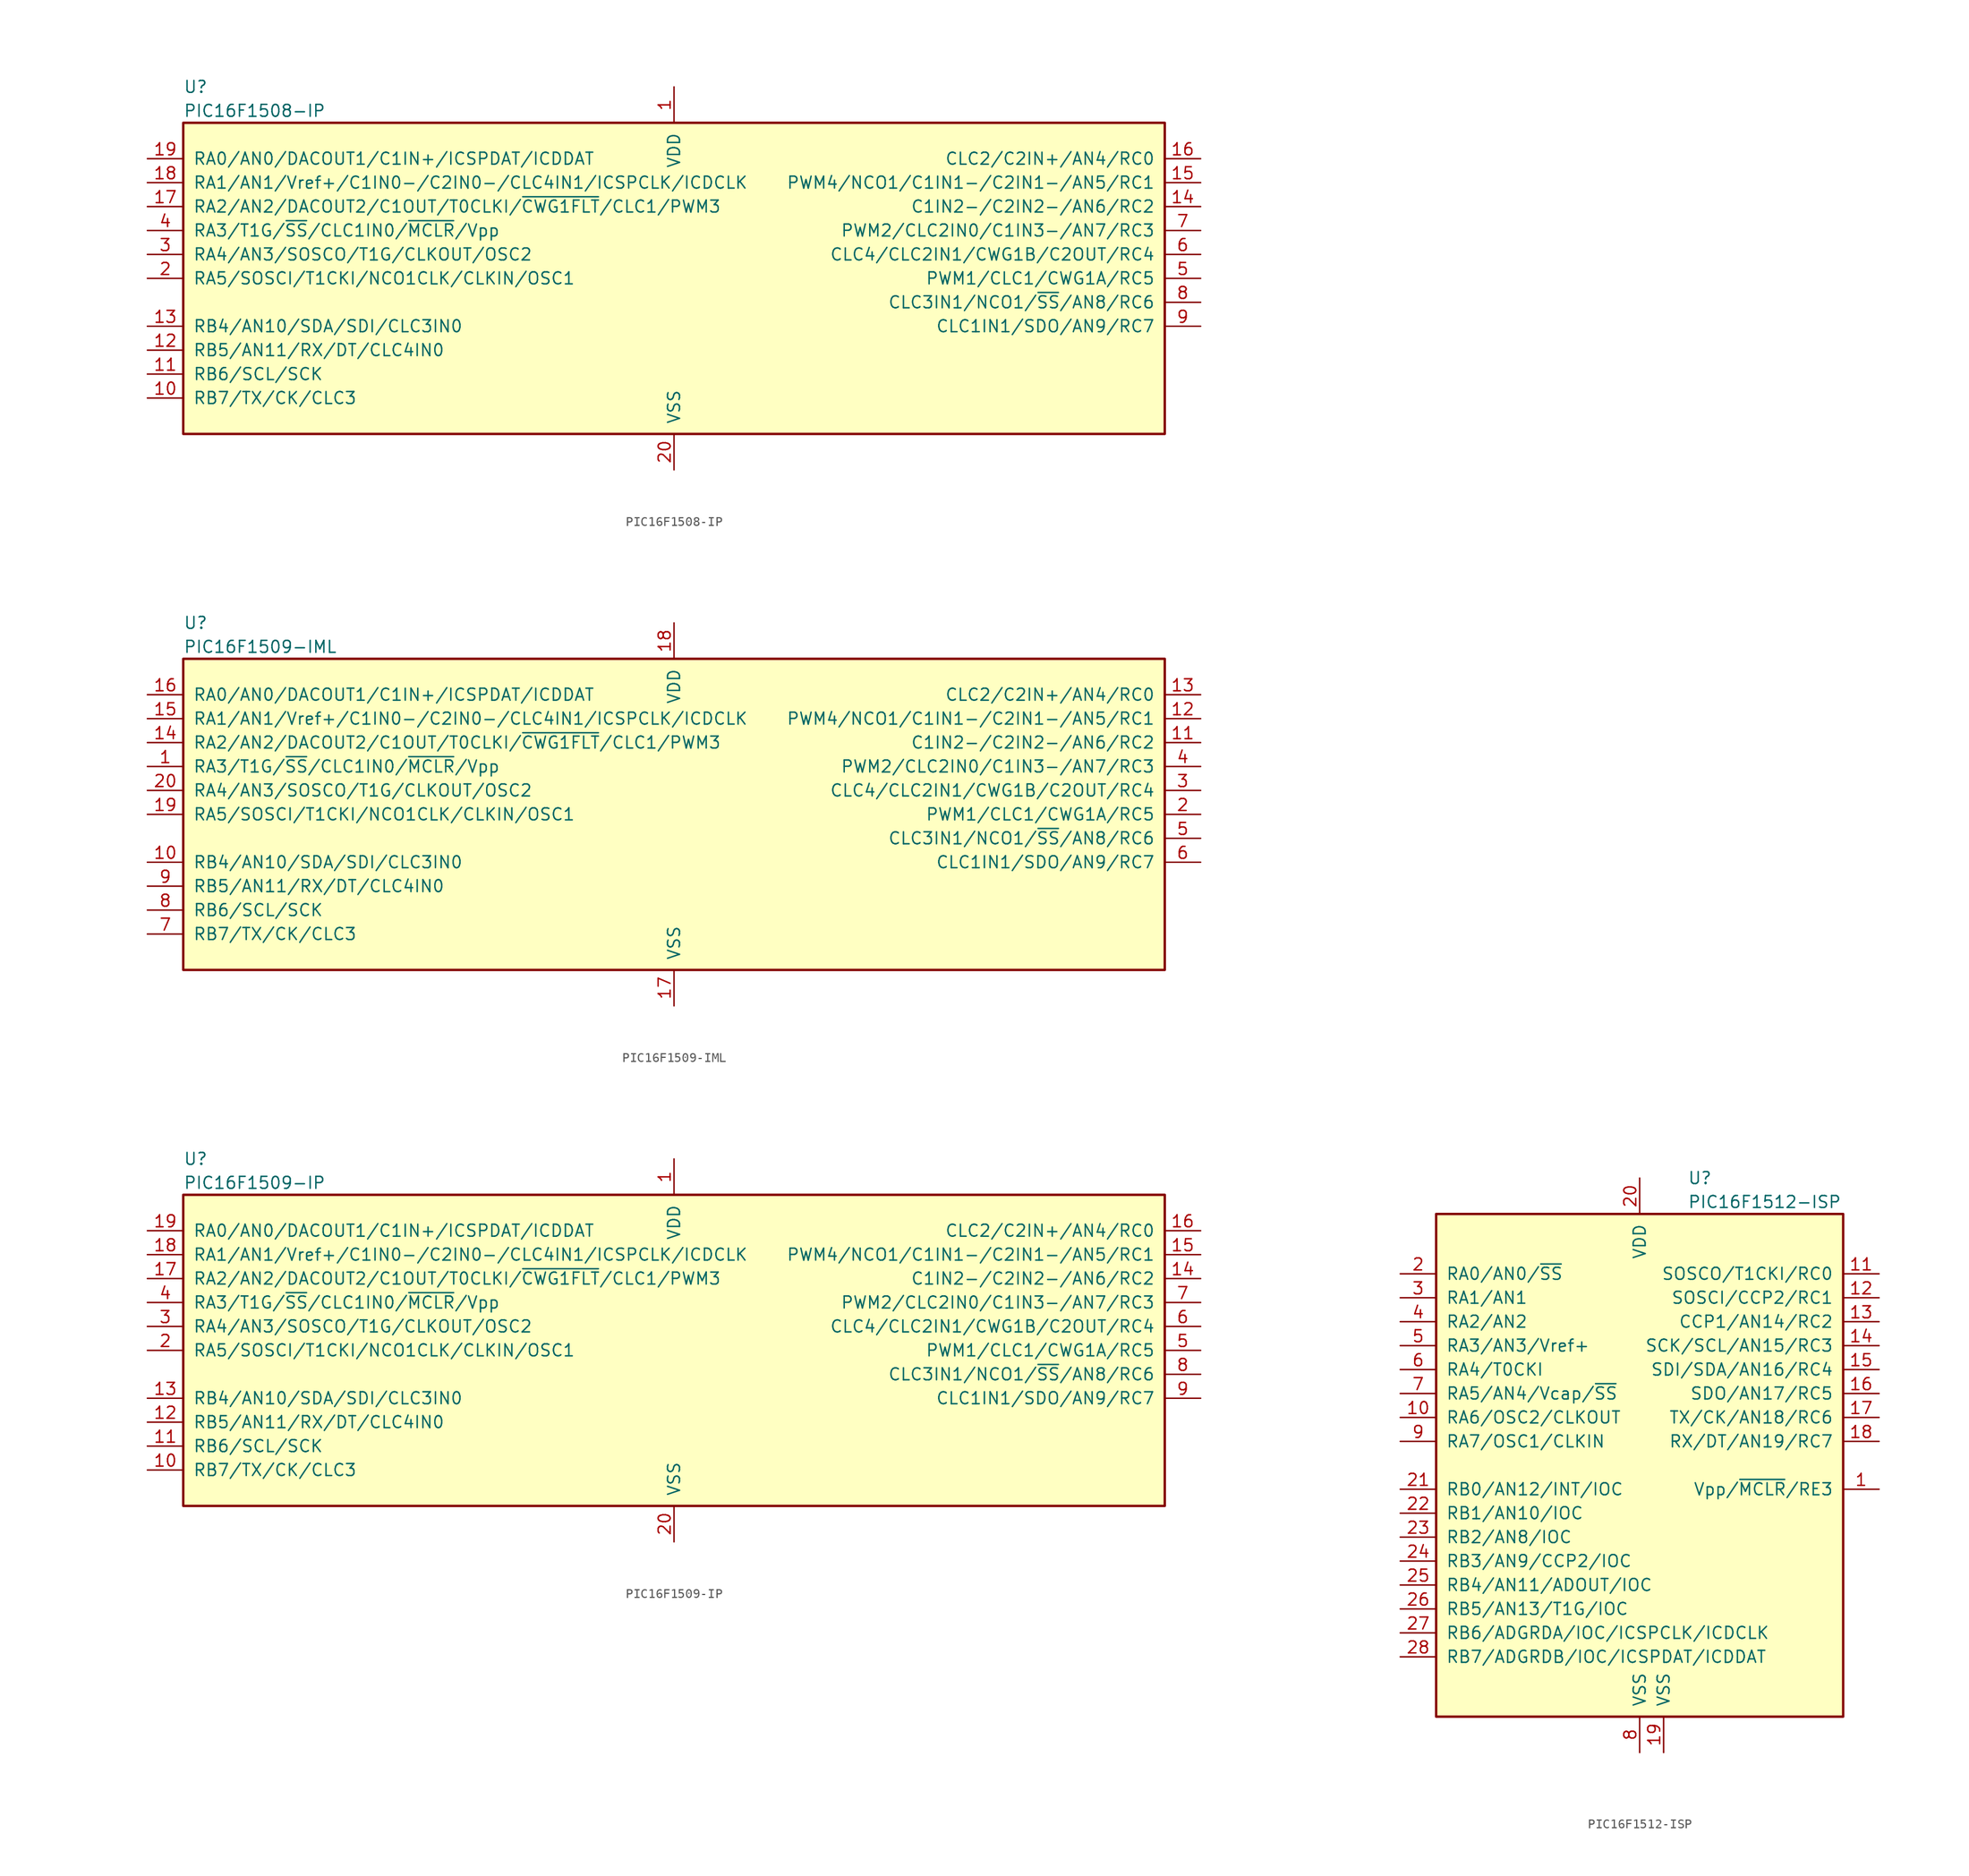
<source format=kicad_sym>
(kicad_symbol_lib
  (version 20211014)
  (generator kicad_symbol_editor)
  (symbol "PIC16F1508-IP"
    (pin_names
      (offset 1.016))
    (property "Reference" "U"
      (at -52.07 20.32 0)
      (effects (font (size 1.27 1.27)) (justify left)))
    (property "Value" "PIC16F1508-IP"
      (at -52.07 17.78 0)
      (effects (font (size 1.27 1.27)) (justify left)))
    (symbol "PIC16F1508-IP_0_1"
      (rectangle (start -52.07 16.51) (end 52.07 -16.51) (stroke (width 0.254) (type default) (color 0 0 0 0)) (fill (type background))))
    (symbol "PIC16F1508-IP_1_1"
      (pin power_in line (at 0 20.32 270) (length 3.81) (name "VDD" (effects (font (size 1.27 1.27)))) (number "1" (effects (font (size 1.27 1.27)))))
      (pin bidirectional line (at -55.88 -12.7 0) (length 3.81) (name "RB7/TX/CK/CLC3" (effects (font (size 1.27 1.27)))) (number "10" (effects (font (size 1.27 1.27)))))
      (pin bidirectional line (at -55.88 -10.16 0) (length 3.81) (name "RB6/SCL/SCK" (effects (font (size 1.27 1.27)))) (number "11" (effects (font (size 1.27 1.27)))))
      (pin bidirectional line (at -55.88 -7.62 0) (length 3.81) (name "RB5/AN11/RX/DT/CLC4IN0" (effects (font (size 1.27 1.27)))) (number "12" (effects (font (size 1.27 1.27)))))
      (pin bidirectional line (at -55.88 -5.08 0) (length 3.81) (name "RB4/AN10/SDA/SDI/CLC3IN0" (effects (font (size 1.27 1.27)))) (number "13" (effects (font (size 1.27 1.27)))))
      (pin bidirectional line (at 55.88 7.62 180) (length 3.81) (name "C1IN2-/C2IN2-/AN6/RC2" (effects (font (size 1.27 1.27)))) (number "14" (effects (font (size 1.27 1.27)))))
      (pin bidirectional line (at 55.88 10.16 180) (length 3.81) (name "PWM4/NCO1/C1IN1-/C2IN1-/AN5/RC1" (effects (font (size 1.27 1.27)))) (number "15" (effects (font (size 1.27 1.27)))))
      (pin bidirectional line (at 55.88 12.7 180) (length 3.81) (name "CLC2/C2IN+/AN4/RC0" (effects (font (size 1.27 1.27)))) (number "16" (effects (font (size 1.27 1.27)))))
      (pin bidirectional line (at -55.88 7.62 0) (length 3.81) (name "RA2/AN2/DACOUT2/C1OUT/T0CLKI/~{CWG1FLT}/CLC1/PWM3" (effects (font (size 1.27 1.27)))) (number "17" (effects (font (size 1.27 1.27)))))
      (pin bidirectional line (at -55.88 10.16 0) (length 3.81) (name "RA1/AN1/Vref+/C1IN0-/C2IN0-/CLC4IN1/ICSPCLK/ICDCLK" (effects (font (size 1.27 1.27)))) (number "18" (effects (font (size 1.27 1.27)))))
      (pin bidirectional line (at -55.88 12.7 0) (length 3.81) (name "RA0/AN0/DACOUT1/C1IN+/ICSPDAT/ICDDAT" (effects (font (size 1.27 1.27)))) (number "19" (effects (font (size 1.27 1.27)))))
      (pin bidirectional line (at -55.88 0 0) (length 3.81) (name "RA5/SOSCI/T1CKI/NCO1CLK/CLKIN/OSC1" (effects (font (size 1.27 1.27)))) (number "2" (effects (font (size 1.27 1.27)))))
      (pin power_in line (at 0 -20.32 90) (length 3.81) (name "VSS" (effects (font (size 1.27 1.27)))) (number "20" (effects (font (size 1.27 1.27)))))
      (pin bidirectional line (at -55.88 2.54 0) (length 3.81) (name "RA4/AN3/SOSCO/T1G/CLKOUT/OSC2" (effects (font (size 1.27 1.27)))) (number "3" (effects (font (size 1.27 1.27)))))
      (pin input line (at -55.88 5.08 0) (length 3.81) (name "RA3/T1G/~{SS}/CLC1IN0/~{MCLR}/Vpp" (effects (font (size 1.27 1.27)))) (number "4" (effects (font (size 1.27 1.27)))))
      (pin bidirectional line (at 55.88 0 180) (length 3.81) (name "PWM1/CLC1/CWG1A/RC5" (effects (font (size 1.27 1.27)))) (number "5" (effects (font (size 1.27 1.27)))))
      (pin bidirectional line (at 55.88 2.54 180) (length 3.81) (name "CLC4/CLC2IN1/CWG1B/C2OUT/RC4" (effects (font (size 1.27 1.27)))) (number "6" (effects (font (size 1.27 1.27)))))
      (pin bidirectional line (at 55.88 5.08 180) (length 3.81) (name "PWM2/CLC2IN0/C1IN3-/AN7/RC3" (effects (font (size 1.27 1.27)))) (number "7" (effects (font (size 1.27 1.27)))))
      (pin bidirectional line (at 55.88 -2.54 180) (length 3.81) (name "CLC3IN1/NCO1/~{SS}/AN8/RC6" (effects (font (size 1.27 1.27)))) (number "8" (effects (font (size 1.27 1.27)))))
      (pin bidirectional line (at 55.88 -5.08 180) (length 3.81) (name "CLC1IN1/SDO/AN9/RC7" (effects (font (size 1.27 1.27)))) (number "9" (effects (font (size 1.27 1.27)))))))
  (symbol "PIC16F1509-IML"
    (pin_names
      (offset 1.016))
    (property "Reference" "U"
      (at -52.07 20.32 0)
      (effects (font (size 1.27 1.27)) (justify left)))
    (property "Value" "PIC16F1509-IML"
      (at -52.07 17.78 0)
      (effects (font (size 1.27 1.27)) (justify left)))
    (symbol "PIC16F1509-IML_0_1"
      (rectangle (start -52.07 16.51) (end 52.07 -16.51) (stroke (width 0.254) (type default) (color 0 0 0 0)) (fill (type background))))
    (symbol "PIC16F1509-IML_1_1"
      (pin input line (at -55.88 5.08 0) (length 3.81) (name "RA3/T1G/~{SS}/CLC1IN0/~{MCLR}/Vpp" (effects (font (size 1.27 1.27)))) (number "1" (effects (font (size 1.27 1.27)))))
      (pin bidirectional line (at -55.88 -5.08 0) (length 3.81) (name "RB4/AN10/SDA/SDI/CLC3IN0" (effects (font (size 1.27 1.27)))) (number "10" (effects (font (size 1.27 1.27)))))
      (pin bidirectional line (at 55.88 7.62 180) (length 3.81) (name "C1IN2-/C2IN2-/AN6/RC2" (effects (font (size 1.27 1.27)))) (number "11" (effects (font (size 1.27 1.27)))))
      (pin bidirectional line (at 55.88 10.16 180) (length 3.81) (name "PWM4/NCO1/C1IN1-/C2IN1-/AN5/RC1" (effects (font (size 1.27 1.27)))) (number "12" (effects (font (size 1.27 1.27)))))
      (pin bidirectional line (at 55.88 12.7 180) (length 3.81) (name "CLC2/C2IN+/AN4/RC0" (effects (font (size 1.27 1.27)))) (number "13" (effects (font (size 1.27 1.27)))))
      (pin bidirectional line (at -55.88 7.62 0) (length 3.81) (name "RA2/AN2/DACOUT2/C1OUT/T0CLKI/~{CWG1FLT}/CLC1/PWM3" (effects (font (size 1.27 1.27)))) (number "14" (effects (font (size 1.27 1.27)))))
      (pin bidirectional line (at -55.88 10.16 0) (length 3.81) (name "RA1/AN1/Vref+/C1IN0-/C2IN0-/CLC4IN1/ICSPCLK/ICDCLK" (effects (font (size 1.27 1.27)))) (number "15" (effects (font (size 1.27 1.27)))))
      (pin bidirectional line (at -55.88 12.7 0) (length 3.81) (name "RA0/AN0/DACOUT1/C1IN+/ICSPDAT/ICDDAT" (effects (font (size 1.27 1.27)))) (number "16" (effects (font (size 1.27 1.27)))))
      (pin power_in line (at 0 -20.32 90) (length 3.81) (name "VSS" (effects (font (size 1.27 1.27)))) (number "17" (effects (font (size 1.27 1.27)))))
      (pin power_in line (at 0 20.32 270) (length 3.81) (name "VDD" (effects (font (size 1.27 1.27)))) (number "18" (effects (font (size 1.27 1.27)))))
      (pin bidirectional line (at -55.88 0 0) (length 3.81) (name "RA5/SOSCI/T1CKI/NCO1CLK/CLKIN/OSC1" (effects (font (size 1.27 1.27)))) (number "19" (effects (font (size 1.27 1.27)))))
      (pin bidirectional line (at 55.88 0 180) (length 3.81) (name "PWM1/CLC1/CWG1A/RC5" (effects (font (size 1.27 1.27)))) (number "2" (effects (font (size 1.27 1.27)))))
      (pin bidirectional line (at -55.88 2.54 0) (length 3.81) (name "RA4/AN3/SOSCO/T1G/CLKOUT/OSC2" (effects (font (size 1.27 1.27)))) (number "20" (effects (font (size 1.27 1.27)))))
      (pin bidirectional line (at 55.88 2.54 180) (length 3.81) (name "CLC4/CLC2IN1/CWG1B/C2OUT/RC4" (effects (font (size 1.27 1.27)))) (number "3" (effects (font (size 1.27 1.27)))))
      (pin bidirectional line (at 55.88 5.08 180) (length 3.81) (name "PWM2/CLC2IN0/C1IN3-/AN7/RC3" (effects (font (size 1.27 1.27)))) (number "4" (effects (font (size 1.27 1.27)))))
      (pin bidirectional line (at 55.88 -2.54 180) (length 3.81) (name "CLC3IN1/NCO1/~{SS}/AN8/RC6" (effects (font (size 1.27 1.27)))) (number "5" (effects (font (size 1.27 1.27)))))
      (pin bidirectional line (at 55.88 -5.08 180) (length 3.81) (name "CLC1IN1/SDO/AN9/RC7" (effects (font (size 1.27 1.27)))) (number "6" (effects (font (size 1.27 1.27)))))
      (pin bidirectional line (at -55.88 -12.7 0) (length 3.81) (name "RB7/TX/CK/CLC3" (effects (font (size 1.27 1.27)))) (number "7" (effects (font (size 1.27 1.27)))))
      (pin bidirectional line (at -55.88 -10.16 0) (length 3.81) (name "RB6/SCL/SCK" (effects (font (size 1.27 1.27)))) (number "8" (effects (font (size 1.27 1.27)))))
      (pin bidirectional line (at -55.88 -7.62 0) (length 3.81) (name "RB5/AN11/RX/DT/CLC4IN0" (effects (font (size 1.27 1.27)))) (number "9" (effects (font (size 1.27 1.27)))))))
  (symbol "PIC16F1509-IP"
    (pin_names
      (offset 1.016))
    (property "Reference" "U"
      (at -52.07 20.32 0)
      (effects (font (size 1.27 1.27)) (justify left)))
    (property "Value" "PIC16F1509-IP"
      (at -52.07 17.78 0)
      (effects (font (size 1.27 1.27)) (justify left)))
    (symbol "PIC16F1509-IP_0_1"
      (rectangle (start -52.07 16.51) (end 52.07 -16.51) (stroke (width 0.254) (type default) (color 0 0 0 0)) (fill (type background))))
    (symbol "PIC16F1509-IP_1_1"
      (pin power_in line (at 0 20.32 270) (length 3.81) (name "VDD" (effects (font (size 1.27 1.27)))) (number "1" (effects (font (size 1.27 1.27)))))
      (pin bidirectional line (at -55.88 -12.7 0) (length 3.81) (name "RB7/TX/CK/CLC3" (effects (font (size 1.27 1.27)))) (number "10" (effects (font (size 1.27 1.27)))))
      (pin bidirectional line (at -55.88 -10.16 0) (length 3.81) (name "RB6/SCL/SCK" (effects (font (size 1.27 1.27)))) (number "11" (effects (font (size 1.27 1.27)))))
      (pin bidirectional line (at -55.88 -7.62 0) (length 3.81) (name "RB5/AN11/RX/DT/CLC4IN0" (effects (font (size 1.27 1.27)))) (number "12" (effects (font (size 1.27 1.27)))))
      (pin bidirectional line (at -55.88 -5.08 0) (length 3.81) (name "RB4/AN10/SDA/SDI/CLC3IN0" (effects (font (size 1.27 1.27)))) (number "13" (effects (font (size 1.27 1.27)))))
      (pin bidirectional line (at 55.88 7.62 180) (length 3.81) (name "C1IN2-/C2IN2-/AN6/RC2" (effects (font (size 1.27 1.27)))) (number "14" (effects (font (size 1.27 1.27)))))
      (pin bidirectional line (at 55.88 10.16 180) (length 3.81) (name "PWM4/NCO1/C1IN1-/C2IN1-/AN5/RC1" (effects (font (size 1.27 1.27)))) (number "15" (effects (font (size 1.27 1.27)))))
      (pin bidirectional line (at 55.88 12.7 180) (length 3.81) (name "CLC2/C2IN+/AN4/RC0" (effects (font (size 1.27 1.27)))) (number "16" (effects (font (size 1.27 1.27)))))
      (pin bidirectional line (at -55.88 7.62 0) (length 3.81) (name "RA2/AN2/DACOUT2/C1OUT/T0CLKI/~{CWG1FLT}/CLC1/PWM3" (effects (font (size 1.27 1.27)))) (number "17" (effects (font (size 1.27 1.27)))))
      (pin bidirectional line (at -55.88 10.16 0) (length 3.81) (name "RA1/AN1/Vref+/C1IN0-/C2IN0-/CLC4IN1/ICSPCLK/ICDCLK" (effects (font (size 1.27 1.27)))) (number "18" (effects (font (size 1.27 1.27)))))
      (pin bidirectional line (at -55.88 12.7 0) (length 3.81) (name "RA0/AN0/DACOUT1/C1IN+/ICSPDAT/ICDDAT" (effects (font (size 1.27 1.27)))) (number "19" (effects (font (size 1.27 1.27)))))
      (pin bidirectional line (at -55.88 0 0) (length 3.81) (name "RA5/SOSCI/T1CKI/NCO1CLK/CLKIN/OSC1" (effects (font (size 1.27 1.27)))) (number "2" (effects (font (size 1.27 1.27)))))
      (pin power_in line (at 0 -20.32 90) (length 3.81) (name "VSS" (effects (font (size 1.27 1.27)))) (number "20" (effects (font (size 1.27 1.27)))))
      (pin bidirectional line (at -55.88 2.54 0) (length 3.81) (name "RA4/AN3/SOSCO/T1G/CLKOUT/OSC2" (effects (font (size 1.27 1.27)))) (number "3" (effects (font (size 1.27 1.27)))))
      (pin input line (at -55.88 5.08 0) (length 3.81) (name "RA3/T1G/~{SS}/CLC1IN0/~{MCLR}/Vpp" (effects (font (size 1.27 1.27)))) (number "4" (effects (font (size 1.27 1.27)))))
      (pin bidirectional line (at 55.88 0 180) (length 3.81) (name "PWM1/CLC1/CWG1A/RC5" (effects (font (size 1.27 1.27)))) (number "5" (effects (font (size 1.27 1.27)))))
      (pin bidirectional line (at 55.88 2.54 180) (length 3.81) (name "CLC4/CLC2IN1/CWG1B/C2OUT/RC4" (effects (font (size 1.27 1.27)))) (number "6" (effects (font (size 1.27 1.27)))))
      (pin bidirectional line (at 55.88 5.08 180) (length 3.81) (name "PWM2/CLC2IN0/C1IN3-/AN7/RC3" (effects (font (size 1.27 1.27)))) (number "7" (effects (font (size 1.27 1.27)))))
      (pin bidirectional line (at 55.88 -2.54 180) (length 3.81) (name "CLC3IN1/NCO1/~{SS}/AN8/RC6" (effects (font (size 1.27 1.27)))) (number "8" (effects (font (size 1.27 1.27)))))
      (pin bidirectional line (at 55.88 -5.08 180) (length 3.81) (name "CLC1IN1/SDO/AN9/RC7" (effects (font (size 1.27 1.27)))) (number "9" (effects (font (size 1.27 1.27)))))))
  (symbol "PIC16F1512-ISP"
    (pin_names
      (offset 1.016))
    (property "Reference" "U"
      (at 5.08 30.48 0)
      (effects (font (size 1.27 1.27)) (justify left)))
    (property "Value" "PIC16F1512-ISP"
      (at 5.08 27.94 0)
      (effects (font (size 1.27 1.27)) (justify left)))
    (symbol "PIC16F1512-ISP_0_1"
      (rectangle (start -21.59 26.67) (end 21.59 -26.67) (stroke (width 0.254) (type default) (color 0 0 0 0)) (fill (type background))))
    (symbol "PIC16F1512-ISP_1_1"
      (pin input line (at 25.4 -2.54 180) (length 3.81) (name "Vpp/~{MCLR}/RE3" (effects (font (size 1.27 1.27)))) (number "1" (effects (font (size 1.27 1.27)))))
      (pin bidirectional line (at -25.4 5.08 0) (length 3.81) (name "RA6/OSC2/CLKOUT" (effects (font (size 1.27 1.27)))) (number "10" (effects (font (size 1.27 1.27)))))
      (pin bidirectional line (at 25.4 20.32 180) (length 3.81) (name "SOSCO/T1CKI/RC0" (effects (font (size 1.27 1.27)))) (number "11" (effects (font (size 1.27 1.27)))))
      (pin bidirectional line (at 25.4 17.78 180) (length 3.81) (name "SOSCI/CCP2/RC1" (effects (font (size 1.27 1.27)))) (number "12" (effects (font (size 1.27 1.27)))))
      (pin bidirectional line (at 25.4 15.24 180) (length 3.81) (name "CCP1/AN14/RC2" (effects (font (size 1.27 1.27)))) (number "13" (effects (font (size 1.27 1.27)))))
      (pin bidirectional line (at 25.4 12.7 180) (length 3.81) (name "SCK/SCL/AN15/RC3" (effects (font (size 1.27 1.27)))) (number "14" (effects (font (size 1.27 1.27)))))
      (pin bidirectional line (at 25.4 10.16 180) (length 3.81) (name "SDI/SDA/AN16/RC4" (effects (font (size 1.27 1.27)))) (number "15" (effects (font (size 1.27 1.27)))))
      (pin bidirectional line (at 25.4 7.62 180) (length 3.81) (name "SDO/AN17/RC5" (effects (font (size 1.27 1.27)))) (number "16" (effects (font (size 1.27 1.27)))))
      (pin bidirectional line (at 25.4 5.08 180) (length 3.81) (name "TX/CK/AN18/RC6" (effects (font (size 1.27 1.27)))) (number "17" (effects (font (size 1.27 1.27)))))
      (pin bidirectional line (at 25.4 2.54 180) (length 3.81) (name "RX/DT/AN19/RC7" (effects (font (size 1.27 1.27)))) (number "18" (effects (font (size 1.27 1.27)))))
      (pin power_in line (at 2.54 -30.48 90) (length 3.81) (name "VSS" (effects (font (size 1.27 1.27)))) (number "19" (effects (font (size 1.27 1.27)))))
      (pin bidirectional line (at -25.4 20.32 0) (length 3.81) (name "RA0/AN0/~{SS}" (effects (font (size 1.27 1.27)))) (number "2" (effects (font (size 1.27 1.27)))))
      (pin power_in line (at 0 30.48 270) (length 3.81) (name "VDD" (effects (font (size 1.27 1.27)))) (number "20" (effects (font (size 1.27 1.27)))))
      (pin bidirectional line (at -25.4 -2.54 0) (length 3.81) (name "RB0/AN12/INT/IOC" (effects (font (size 1.27 1.27)))) (number "21" (effects (font (size 1.27 1.27)))))
      (pin bidirectional line (at -25.4 -5.08 0) (length 3.81) (name "RB1/AN10/IOC" (effects (font (size 1.27 1.27)))) (number "22" (effects (font (size 1.27 1.27)))))
      (pin bidirectional line (at -25.4 -7.62 0) (length 3.81) (name "RB2/AN8/IOC" (effects (font (size 1.27 1.27)))) (number "23" (effects (font (size 1.27 1.27)))))
      (pin bidirectional line (at -25.4 -10.16 0) (length 3.81) (name "RB3/AN9/CCP2/IOC" (effects (font (size 1.27 1.27)))) (number "24" (effects (font (size 1.27 1.27)))))
      (pin bidirectional line (at -25.4 -12.7 0) (length 3.81) (name "RB4/AN11/ADOUT/IOC" (effects (font (size 1.27 1.27)))) (number "25" (effects (font (size 1.27 1.27)))))
      (pin bidirectional line (at -25.4 -15.24 0) (length 3.81) (name "RB5/AN13/T1G/IOC" (effects (font (size 1.27 1.27)))) (number "26" (effects (font (size 1.27 1.27)))))
      (pin bidirectional line (at -25.4 -17.78 0) (length 3.81) (name "RB6/ADGRDA/IOC/ICSPCLK/ICDCLK" (effects (font (size 1.27 1.27)))) (number "27" (effects (font (size 1.27 1.27)))))
      (pin bidirectional line (at -25.4 -20.32 0) (length 3.81) (name "RB7/ADGRDB/IOC/ICSPDAT/ICDDAT" (effects (font (size 1.27 1.27)))) (number "28" (effects (font (size 1.27 1.27)))))
      (pin bidirectional line (at -25.4 17.78 0) (length 3.81) (name "RA1/AN1" (effects (font (size 1.27 1.27)))) (number "3" (effects (font (size 1.27 1.27)))))
      (pin bidirectional line (at -25.4 15.24 0) (length 3.81) (name "RA2/AN2" (effects (font (size 1.27 1.27)))) (number "4" (effects (font (size 1.27 1.27)))))
      (pin bidirectional line (at -25.4 12.7 0) (length 3.81) (name "RA3/AN3/Vref+" (effects (font (size 1.27 1.27)))) (number "5" (effects (font (size 1.27 1.27)))))
      (pin bidirectional line (at -25.4 10.16 0) (length 3.81) (name "RA4/T0CKI" (effects (font (size 1.27 1.27)))) (number "6" (effects (font (size 1.27 1.27)))))
      (pin bidirectional line (at -25.4 7.62 0) (length 3.81) (name "RA5/AN4/Vcap/~{SS}" (effects (font (size 1.27 1.27)))) (number "7" (effects (font (size 1.27 1.27)))))
      (pin power_in line (at 0 -30.48 90) (length 3.81) (name "VSS" (effects (font (size 1.27 1.27)))) (number "8" (effects (font (size 1.27 1.27)))))
      (pin bidirectional line (at -25.4 2.54 0) (length 3.81) (name "RA7/OSC1/CLKIN" (effects (font (size 1.27 1.27)))) (number "9" (effects (font (size 1.27 1.27))))))))
</source>
